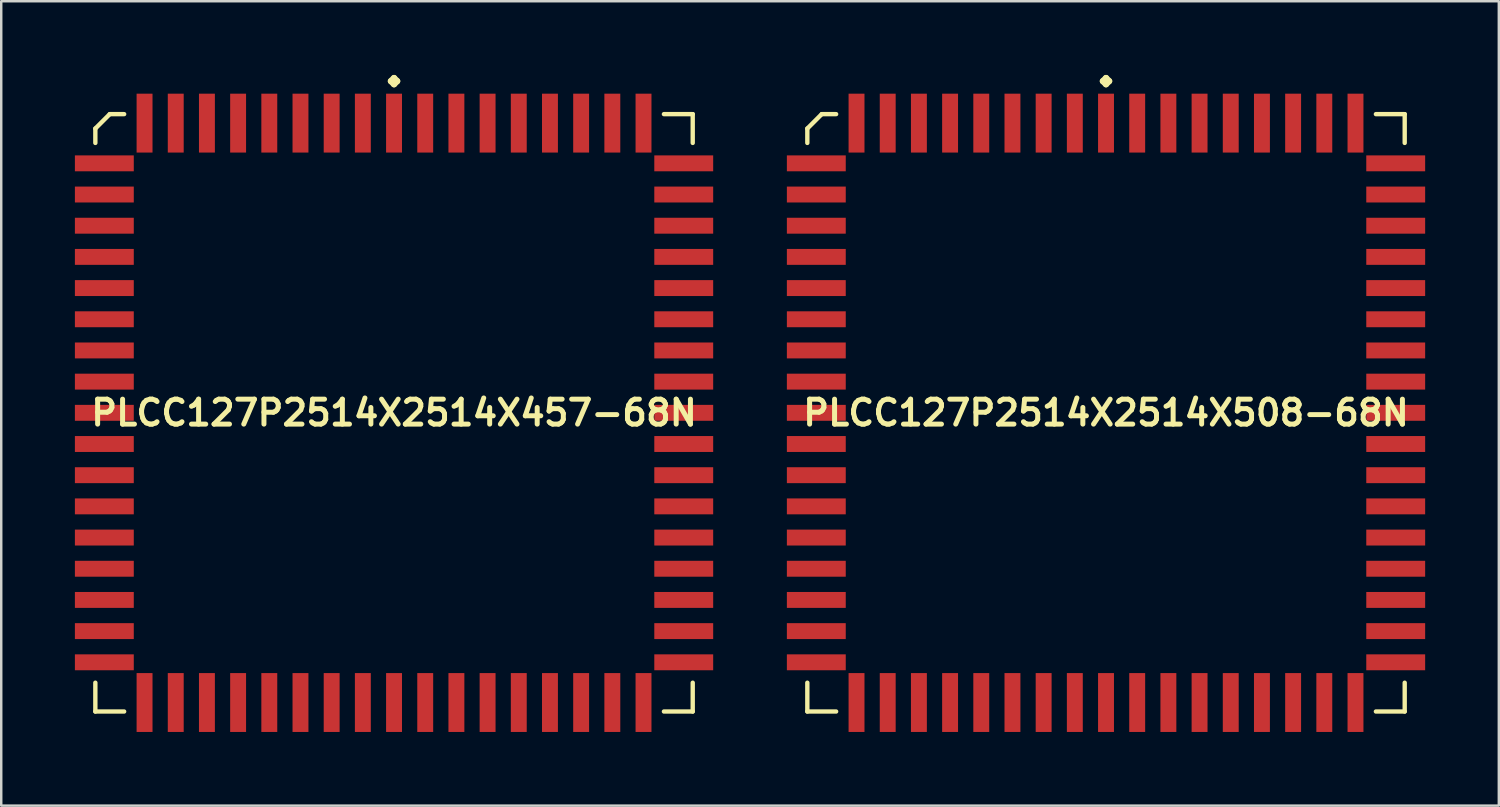
<source format=kicad_pcb>
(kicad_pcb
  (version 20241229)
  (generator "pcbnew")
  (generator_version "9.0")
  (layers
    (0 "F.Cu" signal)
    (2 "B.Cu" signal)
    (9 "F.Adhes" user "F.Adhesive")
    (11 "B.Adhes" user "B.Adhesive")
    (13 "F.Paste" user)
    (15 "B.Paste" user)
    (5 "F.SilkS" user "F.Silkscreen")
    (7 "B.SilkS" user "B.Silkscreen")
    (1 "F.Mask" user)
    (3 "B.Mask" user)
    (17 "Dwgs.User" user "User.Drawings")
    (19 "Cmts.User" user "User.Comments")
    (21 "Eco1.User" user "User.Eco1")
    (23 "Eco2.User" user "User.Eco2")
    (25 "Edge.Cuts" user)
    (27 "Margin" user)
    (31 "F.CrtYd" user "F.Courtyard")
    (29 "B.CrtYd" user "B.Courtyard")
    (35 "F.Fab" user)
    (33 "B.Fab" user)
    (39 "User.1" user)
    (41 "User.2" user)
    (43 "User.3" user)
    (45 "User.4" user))
  (footprint "PLCC127P2514X2514X508-68N"
    (layer "F.Cu")
    (at 41.992 13.762)
    (property "Reference" "PLCC127P2514X2514X508-68N" (at 0 0 0) (layer "F.SilkS") (effects (font (size 1.016 1.016) (thickness 0.203))))
    (attr smd)
    (fp_line (start -12.164 -11.577) (end -11.577 -12.164) (stroke (width 0.178) (type solid)) (layer "F.SilkS"))
    (fp_line (start -12.164 -10.991) (end -12.164 -11.577) (stroke (width 0.178) (type solid)) (layer "F.SilkS"))
    (fp_line (start -12.164 10.991) (end -12.164 12.164) (stroke (width 0.178) (type solid)) (layer "F.SilkS"))
    (fp_line (start -12.164 12.164) (end -10.991 12.164) (stroke (width 0.178) (type solid)) (layer "F.SilkS"))
    (fp_line (start -11.577 -12.164) (end -10.991 -12.164) (stroke (width 0.178) (type solid)) (layer "F.SilkS"))
    (fp_line (start -0.127 -13.508) (end 0 -13.635) (stroke (width 0.254) (type solid)) (layer "F.SilkS"))
    (fp_line (start 0 -13.635) (end 0.127 -13.508) (stroke (width 0.254) (type solid)) (layer "F.SilkS"))
    (fp_line (start 0 -13.381) (end -0.127 -13.508) (stroke (width 0.254) (type solid)) (layer "F.SilkS"))
    (fp_line (start 0.127 -13.508) (end 0 -13.381) (stroke (width 0.254) (type solid)) (layer "F.SilkS"))
    (fp_line (start 12.164 -12.164) (end 10.991 -12.164) (stroke (width 0.178) (type solid)) (layer "F.SilkS"))
    (fp_line (start 12.164 -10.991) (end 12.164 -12.164) (stroke (width 0.178) (type solid)) (layer "F.SilkS"))
    (fp_line (start 12.164 10.991) (end 12.164 12.164) (stroke (width 0.178) (type solid)) (layer "F.SilkS"))
    (fp_line (start 12.164 12.164) (end 10.991 12.164) (stroke (width 0.178) (type solid)) (layer "F.SilkS"))
    (pad "1" smd rect (at 0 -11.798) (size 0.648 2.398) (layers "F.Cu" "F.Mask" "F.Paste"))
    (pad "2" smd rect (at -1.27 -11.798) (size 0.648 2.398) (layers "F.Cu" "F.Mask" "F.Paste"))
    (pad "3" smd rect (at -2.54 -11.798) (size 0.648 2.398) (layers "F.Cu" "F.Mask" "F.Paste"))
    (pad "4" smd rect (at -3.81 -11.798) (size 0.648 2.398) (layers "F.Cu" "F.Mask" "F.Paste"))
    (pad "5" smd rect (at -5.08 -11.798) (size 0.648 2.398) (layers "F.Cu" "F.Mask" "F.Paste"))
    (pad "6" smd rect (at -6.35 -11.798) (size 0.648 2.398) (layers "F.Cu" "F.Mask" "F.Paste"))
    (pad "7" smd rect (at -7.62 -11.798) (size 0.648 2.398) (layers "F.Cu" "F.Mask" "F.Paste"))
    (pad "8" smd rect (at -8.89 -11.798) (size 0.648 2.398) (layers "F.Cu" "F.Mask" "F.Paste"))
    (pad "9" smd rect (at -10.16 -11.798) (size 0.648 2.398) (layers "F.Cu" "F.Mask" "F.Paste"))
    (pad "10" smd rect (at -11.798 -10.16) (size 2.398 0.648) (layers "F.Cu" "F.Mask" "F.Paste"))
    (pad "11" smd rect (at -11.798 -8.89) (size 2.398 0.648) (layers "F.Cu" "F.Mask" "F.Paste"))
    (pad "12" smd rect (at -11.798 -7.62) (size 2.398 0.648) (layers "F.Cu" "F.Mask" "F.Paste"))
    (pad "13" smd rect (at -11.798 -6.35) (size 2.398 0.648) (layers "F.Cu" "F.Mask" "F.Paste"))
    (pad "14" smd rect (at -11.798 -5.08) (size 2.398 0.648) (layers "F.Cu" "F.Mask" "F.Paste"))
    (pad "15" smd rect (at -11.798 -3.81) (size 2.398 0.648) (layers "F.Cu" "F.Mask" "F.Paste"))
    (pad "16" smd rect (at -11.798 -2.54) (size 2.398 0.648) (layers "F.Cu" "F.Mask" "F.Paste"))
    (pad "17" smd rect (at -11.798 -1.27) (size 2.398 0.648) (layers "F.Cu" "F.Mask" "F.Paste"))
    (pad "18" smd rect (at -11.798 0) (size 2.398 0.648) (layers "F.Cu" "F.Mask" "F.Paste"))
    (pad "19" smd rect (at -11.798 1.27) (size 2.398 0.648) (layers "F.Cu" "F.Mask" "F.Paste"))
    (pad "20" smd rect (at -11.798 2.54) (size 2.398 0.648) (layers "F.Cu" "F.Mask" "F.Paste"))
    (pad "21" smd rect (at -11.798 3.81) (size 2.398 0.648) (layers "F.Cu" "F.Mask" "F.Paste"))
    (pad "22" smd rect (at -11.798 5.08) (size 2.398 0.648) (layers "F.Cu" "F.Mask" "F.Paste"))
    (pad "23" smd rect (at -11.798 6.35) (size 2.398 0.648) (layers "F.Cu" "F.Mask" "F.Paste"))
    (pad "24" smd rect (at -11.798 7.62) (size 2.398 0.648) (layers "F.Cu" "F.Mask" "F.Paste"))
    (pad "25" smd rect (at -11.798 8.89) (size 2.398 0.648) (layers "F.Cu" "F.Mask" "F.Paste"))
    (pad "26" smd rect (at -11.798 10.16) (size 2.398 0.648) (layers "F.Cu" "F.Mask" "F.Paste"))
    (pad "27" smd rect (at -10.16 11.798) (size 0.648 2.398) (layers "F.Cu" "F.Mask" "F.Paste"))
    (pad "28" smd rect (at -8.89 11.798) (size 0.648 2.398) (layers "F.Cu" "F.Mask" "F.Paste"))
    (pad "29" smd rect (at -7.62 11.798) (size 0.648 2.398) (layers "F.Cu" "F.Mask" "F.Paste"))
    (pad "30" smd rect (at -6.35 11.798) (size 0.648 2.398) (layers "F.Cu" "F.Mask" "F.Paste"))
    (pad "31" smd rect (at -5.08 11.798) (size 0.648 2.398) (layers "F.Cu" "F.Mask" "F.Paste"))
    (pad "32" smd rect (at -3.81 11.798) (size 0.648 2.398) (layers "F.Cu" "F.Mask" "F.Paste"))
    (pad "33" smd rect (at -2.54 11.798) (size 0.648 2.398) (layers "F.Cu" "F.Mask" "F.Paste"))
    (pad "34" smd rect (at -1.27 11.798) (size 0.648 2.398) (layers "F.Cu" "F.Mask" "F.Paste"))
    (pad "35" smd rect (at 0 11.798) (size 0.648 2.398) (layers "F.Cu" "F.Mask" "F.Paste"))
    (pad "36" smd rect (at 1.27 11.798) (size 0.648 2.398) (layers "F.Cu" "F.Mask" "F.Paste"))
    (pad "37" smd rect (at 2.54 11.798) (size 0.648 2.398) (layers "F.Cu" "F.Mask" "F.Paste"))
    (pad "38" smd rect (at 3.81 11.798) (size 0.648 2.398) (layers "F.Cu" "F.Mask" "F.Paste"))
    (pad "39" smd rect (at 5.08 11.798) (size 0.648 2.398) (layers "F.Cu" "F.Mask" "F.Paste"))
    (pad "40" smd rect (at 6.35 11.798) (size 0.648 2.398) (layers "F.Cu" "F.Mask" "F.Paste"))
    (pad "41" smd rect (at 7.62 11.798) (size 0.648 2.398) (layers "F.Cu" "F.Mask" "F.Paste"))
    (pad "42" smd rect (at 8.89 11.798) (size 0.648 2.398) (layers "F.Cu" "F.Mask" "F.Paste"))
    (pad "43" smd rect (at 10.16 11.798) (size 0.648 2.398) (layers "F.Cu" "F.Mask" "F.Paste"))
    (pad "44" smd rect (at 11.798 10.16) (size 2.398 0.648) (layers "F.Cu" "F.Mask" "F.Paste"))
    (pad "45" smd rect (at 11.798 8.89) (size 2.398 0.648) (layers "F.Cu" "F.Mask" "F.Paste"))
    (pad "46" smd rect (at 11.798 7.62) (size 2.398 0.648) (layers "F.Cu" "F.Mask" "F.Paste"))
    (pad "47" smd rect (at 11.798 6.35) (size 2.398 0.648) (layers "F.Cu" "F.Mask" "F.Paste"))
    (pad "48" smd rect (at 11.798 5.08) (size 2.398 0.648) (layers "F.Cu" "F.Mask" "F.Paste"))
    (pad "49" smd rect (at 11.798 3.81) (size 2.398 0.648) (layers "F.Cu" "F.Mask" "F.Paste"))
    (pad "50" smd rect (at 11.798 2.54) (size 2.398 0.648) (layers "F.Cu" "F.Mask" "F.Paste"))
    (pad "51" smd rect (at 11.798 1.27) (size 2.398 0.648) (layers "F.Cu" "F.Mask" "F.Paste"))
    (pad "52" smd rect (at 11.798 0) (size 2.398 0.648) (layers "F.Cu" "F.Mask" "F.Paste"))
    (pad "53" smd rect (at 11.798 -1.27) (size 2.398 0.648) (layers "F.Cu" "F.Mask" "F.Paste"))
    (pad "54" smd rect (at 11.798 -2.54) (size 2.398 0.648) (layers "F.Cu" "F.Mask" "F.Paste"))
    (pad "55" smd rect (at 11.798 -3.81) (size 2.398 0.648) (layers "F.Cu" "F.Mask" "F.Paste"))
    (pad "56" smd rect (at 11.798 -5.08) (size 2.398 0.648) (layers "F.Cu" "F.Mask" "F.Paste"))
    (pad "57" smd rect (at 11.798 -6.35) (size 2.398 0.648) (layers "F.Cu" "F.Mask" "F.Paste"))
    (pad "58" smd rect (at 11.798 -7.62) (size 2.398 0.648) (layers "F.Cu" "F.Mask" "F.Paste"))
    (pad "59" smd rect (at 11.798 -8.89) (size 2.398 0.648) (layers "F.Cu" "F.Mask" "F.Paste"))
    (pad "60" smd rect (at 11.798 -10.16) (size 2.398 0.648) (layers "F.Cu" "F.Mask" "F.Paste"))
    (pad "61" smd rect (at 10.16 -11.798) (size 0.648 2.398) (layers "F.Cu" "F.Mask" "F.Paste"))
    (pad "62" smd rect (at 8.89 -11.798) (size 0.648 2.398) (layers "F.Cu" "F.Mask" "F.Paste"))
    (pad "63" smd rect (at 7.62 -11.798) (size 0.648 2.398) (layers "F.Cu" "F.Mask" "F.Paste"))
    (pad "64" smd rect (at 6.35 -11.798) (size 0.648 2.398) (layers "F.Cu" "F.Mask" "F.Paste"))
    (pad "65" smd rect (at 5.08 -11.798) (size 0.648 2.398) (layers "F.Cu" "F.Mask" "F.Paste"))
    (pad "66" smd rect (at 3.81 -11.798) (size 0.648 2.398) (layers "F.Cu" "F.Mask" "F.Paste"))
    (pad "67" smd rect (at 2.54 -11.798) (size 0.648 2.398) (layers "F.Cu" "F.Mask" "F.Paste"))
    (pad "68" smd rect (at 1.27 -11.798) (size 0.648 2.398) (layers "F.Cu" "F.Mask" "F.Paste")))
  (footprint "PLCC127P2514X2514X457-68N"
    (layer "F.Cu")
    (at 12.997 13.762)
    (property "Reference" "PLCC127P2514X2514X457-68N" (at 0 0 0) (layer "F.SilkS") (effects (font (size 1.016 1.016) (thickness 0.203))))
    (attr smd)
    (fp_line (start -12.164 -11.577) (end -11.577 -12.164) (stroke (width 0.178) (type solid)) (layer "F.SilkS"))
    (fp_line (start -12.164 -10.991) (end -12.164 -11.577) (stroke (width 0.178) (type solid)) (layer "F.SilkS"))
    (fp_line (start -12.164 10.991) (end -12.164 12.164) (stroke (width 0.178) (type solid)) (layer "F.SilkS"))
    (fp_line (start -12.164 12.164) (end -10.991 12.164) (stroke (width 0.178) (type solid)) (layer "F.SilkS"))
    (fp_line (start -11.577 -12.164) (end -10.991 -12.164) (stroke (width 0.178) (type solid)) (layer "F.SilkS"))
    (fp_line (start -0.127 -13.508) (end 0 -13.635) (stroke (width 0.254) (type solid)) (layer "F.SilkS"))
    (fp_line (start 0 -13.635) (end 0.127 -13.508) (stroke (width 0.254) (type solid)) (layer "F.SilkS"))
    (fp_line (start 0 -13.381) (end -0.127 -13.508) (stroke (width 0.254) (type solid)) (layer "F.SilkS"))
    (fp_line (start 0.127 -13.508) (end 0 -13.381) (stroke (width 0.254) (type solid)) (layer "F.SilkS"))
    (fp_line (start 12.164 -12.164) (end 10.991 -12.164) (stroke (width 0.178) (type solid)) (layer "F.SilkS"))
    (fp_line (start 12.164 -10.991) (end 12.164 -12.164) (stroke (width 0.178) (type solid)) (layer "F.SilkS"))
    (fp_line (start 12.164 10.991) (end 12.164 12.164) (stroke (width 0.178) (type solid)) (layer "F.SilkS"))
    (fp_line (start 12.164 12.164) (end 10.991 12.164) (stroke (width 0.178) (type solid)) (layer "F.SilkS"))
    (pad "1" smd rect (at 0 -11.798) (size 0.648 2.398) (layers "F.Cu" "F.Mask" "F.Paste"))
    (pad "2" smd rect (at -1.27 -11.798) (size 0.648 2.398) (layers "F.Cu" "F.Mask" "F.Paste"))
    (pad "3" smd rect (at -2.54 -11.798) (size 0.648 2.398) (layers "F.Cu" "F.Mask" "F.Paste"))
    (pad "4" smd rect (at -3.81 -11.798) (size 0.648 2.398) (layers "F.Cu" "F.Mask" "F.Paste"))
    (pad "5" smd rect (at -5.08 -11.798) (size 0.648 2.398) (layers "F.Cu" "F.Mask" "F.Paste"))
    (pad "6" smd rect (at -6.35 -11.798) (size 0.648 2.398) (layers "F.Cu" "F.Mask" "F.Paste"))
    (pad "7" smd rect (at -7.62 -11.798) (size 0.648 2.398) (layers "F.Cu" "F.Mask" "F.Paste"))
    (pad "8" smd rect (at -8.89 -11.798) (size 0.648 2.398) (layers "F.Cu" "F.Mask" "F.Paste"))
    (pad "9" smd rect (at -10.16 -11.798) (size 0.648 2.398) (layers "F.Cu" "F.Mask" "F.Paste"))
    (pad "10" smd rect (at -11.798 -10.16) (size 2.398 0.648) (layers "F.Cu" "F.Mask" "F.Paste"))
    (pad "11" smd rect (at -11.798 -8.89) (size 2.398 0.648) (layers "F.Cu" "F.Mask" "F.Paste"))
    (pad "12" smd rect (at -11.798 -7.62) (size 2.398 0.648) (layers "F.Cu" "F.Mask" "F.Paste"))
    (pad "13" smd rect (at -11.798 -6.35) (size 2.398 0.648) (layers "F.Cu" "F.Mask" "F.Paste"))
    (pad "14" smd rect (at -11.798 -5.08) (size 2.398 0.648) (layers "F.Cu" "F.Mask" "F.Paste"))
    (pad "15" smd rect (at -11.798 -3.81) (size 2.398 0.648) (layers "F.Cu" "F.Mask" "F.Paste"))
    (pad "16" smd rect (at -11.798 -2.54) (size 2.398 0.648) (layers "F.Cu" "F.Mask" "F.Paste"))
    (pad "17" smd rect (at -11.798 -1.27) (size 2.398 0.648) (layers "F.Cu" "F.Mask" "F.Paste"))
    (pad "18" smd rect (at -11.798 0) (size 2.398 0.648) (layers "F.Cu" "F.Mask" "F.Paste"))
    (pad "19" smd rect (at -11.798 1.27) (size 2.398 0.648) (layers "F.Cu" "F.Mask" "F.Paste"))
    (pad "20" smd rect (at -11.798 2.54) (size 2.398 0.648) (layers "F.Cu" "F.Mask" "F.Paste"))
    (pad "21" smd rect (at -11.798 3.81) (size 2.398 0.648) (layers "F.Cu" "F.Mask" "F.Paste"))
    (pad "22" smd rect (at -11.798 5.08) (size 2.398 0.648) (layers "F.Cu" "F.Mask" "F.Paste"))
    (pad "23" smd rect (at -11.798 6.35) (size 2.398 0.648) (layers "F.Cu" "F.Mask" "F.Paste"))
    (pad "24" smd rect (at -11.798 7.62) (size 2.398 0.648) (layers "F.Cu" "F.Mask" "F.Paste"))
    (pad "25" smd rect (at -11.798 8.89) (size 2.398 0.648) (layers "F.Cu" "F.Mask" "F.Paste"))
    (pad "26" smd rect (at -11.798 10.16) (size 2.398 0.648) (layers "F.Cu" "F.Mask" "F.Paste"))
    (pad "27" smd rect (at -10.16 11.798) (size 0.648 2.398) (layers "F.Cu" "F.Mask" "F.Paste"))
    (pad "28" smd rect (at -8.89 11.798) (size 0.648 2.398) (layers "F.Cu" "F.Mask" "F.Paste"))
    (pad "29" smd rect (at -7.62 11.798) (size 0.648 2.398) (layers "F.Cu" "F.Mask" "F.Paste"))
    (pad "30" smd rect (at -6.35 11.798) (size 0.648 2.398) (layers "F.Cu" "F.Mask" "F.Paste"))
    (pad "31" smd rect (at -5.08 11.798) (size 0.648 2.398) (layers "F.Cu" "F.Mask" "F.Paste"))
    (pad "32" smd rect (at -3.81 11.798) (size 0.648 2.398) (layers "F.Cu" "F.Mask" "F.Paste"))
    (pad "33" smd rect (at -2.54 11.798) (size 0.648 2.398) (layers "F.Cu" "F.Mask" "F.Paste"))
    (pad "34" smd rect (at -1.27 11.798) (size 0.648 2.398) (layers "F.Cu" "F.Mask" "F.Paste"))
    (pad "35" smd rect (at 0 11.798) (size 0.648 2.398) (layers "F.Cu" "F.Mask" "F.Paste"))
    (pad "36" smd rect (at 1.27 11.798) (size 0.648 2.398) (layers "F.Cu" "F.Mask" "F.Paste"))
    (pad "37" smd rect (at 2.54 11.798) (size 0.648 2.398) (layers "F.Cu" "F.Mask" "F.Paste"))
    (pad "38" smd rect (at 3.81 11.798) (size 0.648 2.398) (layers "F.Cu" "F.Mask" "F.Paste"))
    (pad "39" smd rect (at 5.08 11.798) (size 0.648 2.398) (layers "F.Cu" "F.Mask" "F.Paste"))
    (pad "40" smd rect (at 6.35 11.798) (size 0.648 2.398) (layers "F.Cu" "F.Mask" "F.Paste"))
    (pad "41" smd rect (at 7.62 11.798) (size 0.648 2.398) (layers "F.Cu" "F.Mask" "F.Paste"))
    (pad "42" smd rect (at 8.89 11.798) (size 0.648 2.398) (layers "F.Cu" "F.Mask" "F.Paste"))
    (pad "43" smd rect (at 10.16 11.798) (size 0.648 2.398) (layers "F.Cu" "F.Mask" "F.Paste"))
    (pad "44" smd rect (at 11.798 10.16) (size 2.398 0.648) (layers "F.Cu" "F.Mask" "F.Paste"))
    (pad "45" smd rect (at 11.798 8.89) (size 2.398 0.648) (layers "F.Cu" "F.Mask" "F.Paste"))
    (pad "46" smd rect (at 11.798 7.62) (size 2.398 0.648) (layers "F.Cu" "F.Mask" "F.Paste"))
    (pad "47" smd rect (at 11.798 6.35) (size 2.398 0.648) (layers "F.Cu" "F.Mask" "F.Paste"))
    (pad "48" smd rect (at 11.798 5.08) (size 2.398 0.648) (layers "F.Cu" "F.Mask" "F.Paste"))
    (pad "49" smd rect (at 11.798 3.81) (size 2.398 0.648) (layers "F.Cu" "F.Mask" "F.Paste"))
    (pad "50" smd rect (at 11.798 2.54) (size 2.398 0.648) (layers "F.Cu" "F.Mask" "F.Paste"))
    (pad "51" smd rect (at 11.798 1.27) (size 2.398 0.648) (layers "F.Cu" "F.Mask" "F.Paste"))
    (pad "52" smd rect (at 11.798 0) (size 2.398 0.648) (layers "F.Cu" "F.Mask" "F.Paste"))
    (pad "53" smd rect (at 11.798 -1.27) (size 2.398 0.648) (layers "F.Cu" "F.Mask" "F.Paste"))
    (pad "54" smd rect (at 11.798 -2.54) (size 2.398 0.648) (layers "F.Cu" "F.Mask" "F.Paste"))
    (pad "55" smd rect (at 11.798 -3.81) (size 2.398 0.648) (layers "F.Cu" "F.Mask" "F.Paste"))
    (pad "56" smd rect (at 11.798 -5.08) (size 2.398 0.648) (layers "F.Cu" "F.Mask" "F.Paste"))
    (pad "57" smd rect (at 11.798 -6.35) (size 2.398 0.648) (layers "F.Cu" "F.Mask" "F.Paste"))
    (pad "58" smd rect (at 11.798 -7.62) (size 2.398 0.648) (layers "F.Cu" "F.Mask" "F.Paste"))
    (pad "59" smd rect (at 11.798 -8.89) (size 2.398 0.648) (layers "F.Cu" "F.Mask" "F.Paste"))
    (pad "60" smd rect (at 11.798 -10.16) (size 2.398 0.648) (layers "F.Cu" "F.Mask" "F.Paste"))
    (pad "61" smd rect (at 10.16 -11.798) (size 0.648 2.398) (layers "F.Cu" "F.Mask" "F.Paste"))
    (pad "62" smd rect (at 8.89 -11.798) (size 0.648 2.398) (layers "F.Cu" "F.Mask" "F.Paste"))
    (pad "63" smd rect (at 7.62 -11.798) (size 0.648 2.398) (layers "F.Cu" "F.Mask" "F.Paste"))
    (pad "64" smd rect (at 6.35 -11.798) (size 0.648 2.398) (layers "F.Cu" "F.Mask" "F.Paste"))
    (pad "65" smd rect (at 5.08 -11.798) (size 0.648 2.398) (layers "F.Cu" "F.Mask" "F.Paste"))
    (pad "66" smd rect (at 3.81 -11.798) (size 0.648 2.398) (layers "F.Cu" "F.Mask" "F.Paste"))
    (pad "67" smd rect (at 2.54 -11.798) (size 0.648 2.398) (layers "F.Cu" "F.Mask" "F.Paste"))
    (pad "68" smd rect (at 1.27 -11.798) (size 0.648 2.398) (layers "F.Cu" "F.Mask" "F.Paste")))
  (gr_rect
    (start -3 -3)
    (end 57.989 29.759)
    (stroke (width 0.1) (type default))
    (fill no)
    (layer "Edge.Cuts")))
</source>
